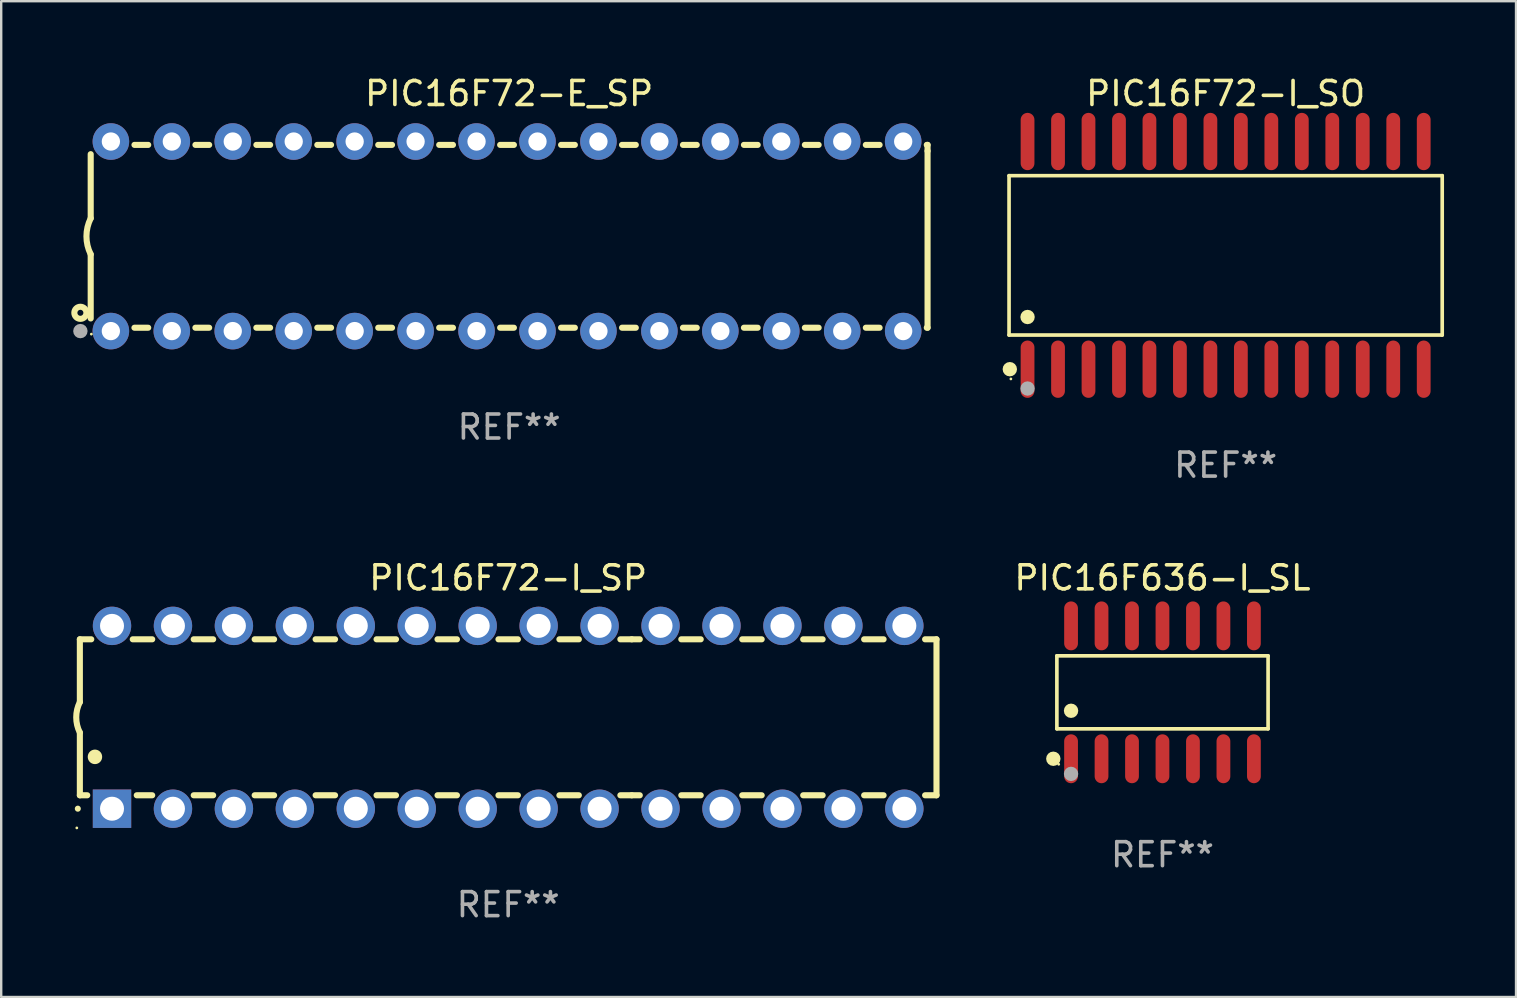
<source format=kicad_pcb>
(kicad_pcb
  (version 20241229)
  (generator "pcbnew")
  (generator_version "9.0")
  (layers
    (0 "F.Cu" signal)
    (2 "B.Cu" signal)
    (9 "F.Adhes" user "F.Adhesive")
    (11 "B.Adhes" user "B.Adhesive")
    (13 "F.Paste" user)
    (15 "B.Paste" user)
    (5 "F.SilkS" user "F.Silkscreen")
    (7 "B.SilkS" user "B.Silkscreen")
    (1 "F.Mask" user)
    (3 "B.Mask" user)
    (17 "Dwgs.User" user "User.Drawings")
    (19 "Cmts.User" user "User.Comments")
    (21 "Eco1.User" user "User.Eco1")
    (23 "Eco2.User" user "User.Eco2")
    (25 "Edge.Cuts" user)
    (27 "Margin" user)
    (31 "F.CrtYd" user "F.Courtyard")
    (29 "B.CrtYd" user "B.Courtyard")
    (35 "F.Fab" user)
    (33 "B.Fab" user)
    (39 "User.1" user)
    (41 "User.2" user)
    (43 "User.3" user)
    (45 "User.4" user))
  (footprint "PIC16F636-I_SL"
    (layer "F.Cu")
    (at 45.396 25.802)
    (property "Reference" "PIC16F636-I_SL" (at 0 -4.769 0) (layer "F.SilkS") (effects (font (size 1 1) (thickness 0.15))))
    (attr through_hole)
    (fp_line (start -4.401 -1.521) (end 4.401 -1.521) (stroke (width 0.152) (type solid)) (layer "F.SilkS"))
    (fp_line (start -4.401 1.521) (end -4.401 -1.521) (stroke (width 0.152) (type solid)) (layer "F.SilkS"))
    (fp_line (start 4.401 -1.521) (end 4.401 1.521) (stroke (width 0.152) (type solid)) (layer "F.SilkS"))
    (fp_line (start 4.401 1.521) (end -4.401 1.521) (stroke (width 0.152) (type solid)) (layer "F.SilkS"))
    (fp_circle (center -4.549 2.769) (end -4.399 2.769) (stroke (width 0.3) (type solid)) (fill no) (layer "F.SilkS"))
    (fp_circle (center -4.325 3) (end -4.295 3) (stroke (width 0.06) (type solid)) (fill no) (layer "F.SilkS"))
    (fp_circle (center -3.81 0.769) (end -3.66 0.769) (stroke (width 0.3) (type solid)) (fill no) (layer "F.SilkS"))
    (fp_circle (center -3.81 3.4) (end -3.66 3.4) (stroke (width 0.3) (type solid)) (fill no) (layer "F.Fab"))
    (fp_text user "REF**" (at 0 6.769 0) (layer "F.Fab") (effects (font (size 1 1) (thickness 0.15))))
    (pad "1" smd oval (at -3.81 2.769) (size 0.574 2.038) (layers "F.Cu" "F.Mask" "F.Paste"))
    (pad "2" smd oval (at -2.54 2.769) (size 0.574 2.038) (layers "F.Cu" "F.Mask" "F.Paste"))
    (pad "3" smd oval (at -1.27 2.769) (size 0.574 2.038) (layers "F.Cu" "F.Mask" "F.Paste"))
    (pad "4" smd oval (at 0 2.769) (size 0.574 2.038) (layers "F.Cu" "F.Mask" "F.Paste"))
    (pad "5" smd oval (at 1.27 2.769) (size 0.574 2.038) (layers "F.Cu" "F.Mask" "F.Paste"))
    (pad "6" smd oval (at 2.54 2.769) (size 0.574 2.038) (layers "F.Cu" "F.Mask" "F.Paste"))
    (pad "7" smd oval (at 3.81 2.769) (size 0.574 2.038) (layers "F.Cu" "F.Mask" "F.Paste"))
    (pad "8" smd oval (at 3.81 -2.769) (size 0.574 2.038) (layers "F.Cu" "F.Mask" "F.Paste"))
    (pad "9" smd oval (at 2.54 -2.769) (size 0.574 2.038) (layers "F.Cu" "F.Mask" "F.Paste"))
    (pad "10" smd oval (at 1.27 -2.769) (size 0.574 2.038) (layers "F.Cu" "F.Mask" "F.Paste"))
    (pad "11" smd oval (at 0 -2.769) (size 0.574 2.038) (layers "F.Cu" "F.Mask" "F.Paste"))
    (pad "12" smd oval (at -1.27 -2.769) (size 0.574 2.038) (layers "F.Cu" "F.Mask" "F.Paste"))
    (pad "13" smd oval (at -2.54 -2.769) (size 0.574 2.038) (layers "F.Cu" "F.Mask" "F.Paste"))
    (pad "14" smd oval (at -3.81 -2.769) (size 0.574 2.038) (layers "F.Cu" "F.Mask" "F.Paste")))
  (footprint "PIC16F72-I_SP"
    (layer "F.Cu")
    (at 18.128 26.843)
    (property "Reference" "PIC16F72-I_SP" (at 0 -5.81 0) (layer "F.SilkS") (effects (font (size 1 1) (thickness 0.15))))
    (attr through_hole)
    (fp_line (start -17.85 -3.25) (end -17.85 -0.635) (stroke (width 0.254) (type solid)) (layer "F.SilkS"))
    (fp_line (start -17.85 3.25) (end -17.85 0.635) (stroke (width 0.254) (type solid)) (layer "F.SilkS"))
    (fp_line (start -17.85 3.25) (end -17.541 3.25) (stroke (width 0.254) (type solid)) (layer "F.SilkS"))
    (fp_line (start -17.375 -3.25) (end -17.85 -3.25) (stroke (width 0.254) (type solid)) (layer "F.SilkS"))
    (fp_line (start -15.479 3.25) (end -14.835 3.25) (stroke (width 0.254) (type solid)) (layer "F.SilkS"))
    (fp_line (start -14.835 -3.25) (end -15.645 -3.25) (stroke (width 0.254) (type solid)) (layer "F.SilkS"))
    (fp_line (start -13.105 3.25) (end -12.295 3.25) (stroke (width 0.254) (type solid)) (layer "F.SilkS"))
    (fp_line (start -12.295 -3.25) (end -13.105 -3.25) (stroke (width 0.254) (type solid)) (layer "F.SilkS"))
    (fp_line (start -10.565 3.25) (end -9.755 3.25) (stroke (width 0.254) (type solid)) (layer "F.SilkS"))
    (fp_line (start -9.755 -3.25) (end -10.565 -3.25) (stroke (width 0.254) (type solid)) (layer "F.SilkS"))
    (fp_line (start -8.025 3.25) (end -7.215 3.25) (stroke (width 0.254) (type solid)) (layer "F.SilkS"))
    (fp_line (start -7.215 -3.25) (end -8.025 -3.25) (stroke (width 0.254) (type solid)) (layer "F.SilkS"))
    (fp_line (start -5.485 3.25) (end -4.675 3.25) (stroke (width 0.254) (type solid)) (layer "F.SilkS"))
    (fp_line (start -4.675 -3.25) (end -5.485 -3.25) (stroke (width 0.254) (type solid)) (layer "F.SilkS"))
    (fp_line (start -2.945 3.25) (end -2.135 3.25) (stroke (width 0.254) (type solid)) (layer "F.SilkS"))
    (fp_line (start -2.135 -3.25) (end -2.945 -3.25) (stroke (width 0.254) (type solid)) (layer "F.SilkS"))
    (fp_line (start -0.405 3.25) (end 0.405 3.25) (stroke (width 0.254) (type solid)) (layer "F.SilkS"))
    (fp_line (start 0.405 -3.25) (end -0.405 -3.25) (stroke (width 0.254) (type solid)) (layer "F.SilkS"))
    (fp_line (start 2.135 3.25) (end 2.945 3.25) (stroke (width 0.254) (type solid)) (layer "F.SilkS"))
    (fp_line (start 2.945 -3.25) (end 2.135 -3.25) (stroke (width 0.254) (type solid)) (layer "F.SilkS"))
    (fp_line (start 4.675 3.25) (end 5.15 3.25) (stroke (width 0.254) (type solid)) (layer "F.SilkS"))
    (fp_line (start 5.15 -3.25) (end 4.675 -3.25) (stroke (width 0.254) (type solid)) (layer "F.SilkS"))
    (fp_line (start 5.15 -3.25) (end 5.485 -3.25) (stroke (width 0.254) (type solid)) (layer "F.SilkS"))
    (fp_line (start 5.15 3.25) (end 5.485 3.25) (stroke (width 0.254) (type solid)) (layer "F.SilkS"))
    (fp_line (start 7.215 -3.25) (end 8.025 -3.25) (stroke (width 0.254) (type solid)) (layer "F.SilkS"))
    (fp_line (start 7.215 3.25) (end 8.025 3.25) (stroke (width 0.254) (type solid)) (layer "F.SilkS"))
    (fp_line (start 9.755 -3.25) (end 10.565 -3.25) (stroke (width 0.254) (type solid)) (layer "F.SilkS"))
    (fp_line (start 9.755 3.25) (end 10.565 3.25) (stroke (width 0.254) (type solid)) (layer "F.SilkS"))
    (fp_line (start 12.295 -3.25) (end 13.105 -3.25) (stroke (width 0.254) (type solid)) (layer "F.SilkS"))
    (fp_line (start 12.295 3.25) (end 13.105 3.25) (stroke (width 0.254) (type solid)) (layer "F.SilkS"))
    (fp_line (start 14.835 -3.25) (end 15.645 -3.25) (stroke (width 0.254) (type solid)) (layer "F.SilkS"))
    (fp_line (start 14.835 3.25) (end 15.645 3.25) (stroke (width 0.254) (type solid)) (layer "F.SilkS"))
    (fp_line (start 17.375 -3.25) (end 17.85 -3.25) (stroke (width 0.254) (type solid)) (layer "F.SilkS"))
    (fp_line (start 17.375 3.25) (end 17.85 3.25) (stroke (width 0.254) (type solid)) (layer "F.SilkS"))
    (fp_line (start 17.85 -3.25) (end 17.85 3.25) (stroke (width 0.254) (type solid)) (layer "F.SilkS"))
    (fp_arc (start -17.934976 3.810008) (mid -17.934983 3.808738) (end -17.934976 3.807468) (stroke (width 0.25) (type solid)) (layer "F.SilkS"))
    (fp_arc (start -17.851155 0.635002) (mid -18.000677 -0.000132) (end -17.850038 -0.635001) (stroke (width 0.254001) (type solid)) (layer "F.SilkS"))
    (fp_arc (start -17.221234 1.651003) (mid -17.221245 1.648463) (end -17.221234 1.645923) (stroke (width 0.6) (type solid)) (layer "F.SilkS"))
    (fp_circle (center -17.977 4.61) (end -17.947 4.61) (stroke (width 0.06) (type solid)) (fill no) (layer "F.SilkS"))
    (fp_text user "REF**" (at 0 7.81 0) (layer "F.Fab") (effects (font (size 1 1) (thickness 0.15))))
    (pad "1" thru_hole rect (at -16.51 3.81 90) (size 1.6 1.6) (drill 1) (layers "*.Cu" "*.Mask"))
    (pad "2" thru_hole circle (at -13.97 3.81 90) (size 1.6 1.6) (drill 1) (layers "*.Cu" "*.Mask"))
    (pad "3" thru_hole circle (at -11.43 3.81 90) (size 1.6 1.6) (drill 1) (layers "*.Cu" "*.Mask"))
    (pad "4" thru_hole circle (at -8.89 3.81 90) (size 1.6 1.6) (drill 1) (layers "*.Cu" "*.Mask"))
    (pad "5" thru_hole circle (at -6.35 3.81 90) (size 1.6 1.6) (drill 1) (layers "*.Cu" "*.Mask"))
    (pad "6" thru_hole circle (at -3.81 3.81 90) (size 1.6 1.6) (drill 1) (layers "*.Cu" "*.Mask"))
    (pad "7" thru_hole circle (at -1.27 3.81 90) (size 1.6 1.6) (drill 1) (layers "*.Cu" "*.Mask"))
    (pad "8" thru_hole circle (at 1.27 3.81 90) (size 1.6 1.6) (drill 1) (layers "*.Cu" "*.Mask"))
    (pad "9" thru_hole circle (at 3.81 3.81 90) (size 1.6 1.6) (drill 1) (layers "*.Cu" "*.Mask"))
    (pad "10" thru_hole circle (at 6.35 3.81 90) (size 1.6 1.6) (drill 1) (layers "*.Cu" "*.Mask"))
    (pad "11" thru_hole circle (at 8.89 3.81 90) (size 1.6 1.6) (drill 1) (layers "*.Cu" "*.Mask"))
    (pad "12" thru_hole circle (at 11.43 3.81 90) (size 1.6 1.6) (drill 1) (layers "*.Cu" "*.Mask"))
    (pad "13" thru_hole circle (at 13.97 3.81 90) (size 1.6 1.6) (drill 1) (layers "*.Cu" "*.Mask"))
    (pad "14" thru_hole circle (at 16.51 3.81 90) (size 1.6 1.6) (drill 1) (layers "*.Cu" "*.Mask"))
    (pad "15" thru_hole circle (at 16.51 -3.81 90) (size 1.6 1.6) (drill 1) (layers "*.Cu" "*.Mask"))
    (pad "16" thru_hole circle (at 13.97 -3.81 90) (size 1.6 1.6) (drill 1) (layers "*.Cu" "*.Mask"))
    (pad "17" thru_hole circle (at 11.43 -3.81 90) (size 1.6 1.6) (drill 1) (layers "*.Cu" "*.Mask"))
    (pad "18" thru_hole circle (at 8.89 -3.81 90) (size 1.6 1.6) (drill 1) (layers "*.Cu" "*.Mask"))
    (pad "19" thru_hole circle (at 6.35 -3.81 90) (size 1.6 1.6) (drill 1) (layers "*.Cu" "*.Mask"))
    (pad "20" thru_hole circle (at 3.81 -3.81 90) (size 1.6 1.6) (drill 1) (layers "*.Cu" "*.Mask"))
    (pad "21" thru_hole circle (at 1.27 -3.81 90) (size 1.6 1.6) (drill 1) (layers "*.Cu" "*.Mask"))
    (pad "22" thru_hole circle (at -1.27 -3.81 90) (size 1.6 1.6) (drill 1) (layers "*.Cu" "*.Mask"))
    (pad "23" thru_hole circle (at -3.81 -3.81 90) (size 1.6 1.6) (drill 1) (layers "*.Cu" "*.Mask"))
    (pad "24" thru_hole circle (at -6.35 -3.81 90) (size 1.6 1.6) (drill 1) (layers "*.Cu" "*.Mask"))
    (pad "25" thru_hole circle (at -8.89 -3.81 90) (size 1.6 1.6) (drill 1) (layers "*.Cu" "*.Mask"))
    (pad "26" thru_hole circle (at -11.43 -3.81 90) (size 1.6 1.6) (drill 1) (layers "*.Cu" "*.Mask"))
    (pad "27" thru_hole circle (at -13.97 -3.81 90) (size 1.6 1.6) (drill 1) (layers "*.Cu" "*.Mask"))
    (pad "28" thru_hole circle (at -16.51 -3.81 90) (size 1.6 1.6) (drill 1) (layers "*.Cu" "*.Mask")))
  (footprint "PIC16F72-I_SO"
    (layer "F.Cu")
    (at 48.028 7.592)
    (property "Reference" "PIC16F72-I_SO" (at 0 -6.744 0) (layer "F.SilkS") (effects (font (size 1 1) (thickness 0.15))))
    (attr through_hole)
    (fp_line (start -9.026 -3.321) (end 9.026 -3.321) (stroke (width 0.152) (type solid)) (layer "F.SilkS"))
    (fp_line (start -9.026 3.321) (end -9.026 -3.321) (stroke (width 0.152) (type solid)) (layer "F.SilkS"))
    (fp_line (start 9.026 -3.321) (end 9.026 3.321) (stroke (width 0.152) (type solid)) (layer "F.SilkS"))
    (fp_line (start 9.026 3.321) (end -9.026 3.321) (stroke (width 0.152) (type solid)) (layer "F.SilkS"))
    (fp_circle (center -8.994 4.744) (end -8.844 4.744) (stroke (width 0.3) (type solid)) (fill no) (layer "F.SilkS"))
    (fp_circle (center -8.95 5.15) (end -8.92 5.15) (stroke (width 0.06) (type solid)) (fill no) (layer "F.SilkS"))
    (fp_circle (center -8.255 2.569) (end -8.105 2.569) (stroke (width 0.3) (type solid)) (fill no) (layer "F.SilkS"))
    (fp_circle (center -8.255 5.55) (end -8.105 5.55) (stroke (width 0.3) (type solid)) (fill no) (layer "F.Fab"))
    (fp_text user "REF**" (at 0 8.744 0) (layer "F.Fab") (effects (font (size 1 1) (thickness 0.15))))
    (pad "1" smd oval (at -8.255 4.744) (size 0.574 2.388) (layers "F.Cu" "F.Mask" "F.Paste"))
    (pad "2" smd oval (at -6.985 4.744) (size 0.574 2.388) (layers "F.Cu" "F.Mask" "F.Paste"))
    (pad "3" smd oval (at -5.715 4.744) (size 0.574 2.388) (layers "F.Cu" "F.Mask" "F.Paste"))
    (pad "4" smd oval (at -4.445 4.744) (size 0.574 2.388) (layers "F.Cu" "F.Mask" "F.Paste"))
    (pad "5" smd oval (at -3.175 4.744) (size 0.574 2.388) (layers "F.Cu" "F.Mask" "F.Paste"))
    (pad "6" smd oval (at -1.905 4.744) (size 0.574 2.388) (layers "F.Cu" "F.Mask" "F.Paste"))
    (pad "7" smd oval (at -0.635 4.744) (size 0.574 2.388) (layers "F.Cu" "F.Mask" "F.Paste"))
    (pad "8" smd oval (at 0.635 4.744) (size 0.574 2.388) (layers "F.Cu" "F.Mask" "F.Paste"))
    (pad "9" smd oval (at 1.905 4.744) (size 0.574 2.388) (layers "F.Cu" "F.Mask" "F.Paste"))
    (pad "10" smd oval (at 3.175 4.744) (size 0.574 2.388) (layers "F.Cu" "F.Mask" "F.Paste"))
    (pad "11" smd oval (at 4.445 4.744) (size 0.574 2.388) (layers "F.Cu" "F.Mask" "F.Paste"))
    (pad "12" smd oval (at 5.715 4.744) (size 0.574 2.388) (layers "F.Cu" "F.Mask" "F.Paste"))
    (pad "13" smd oval (at 6.985 4.744) (size 0.574 2.388) (layers "F.Cu" "F.Mask" "F.Paste"))
    (pad "14" smd oval (at 8.255 4.744) (size 0.574 2.388) (layers "F.Cu" "F.Mask" "F.Paste"))
    (pad "15" smd oval (at 8.255 -4.744) (size 0.574 2.388) (layers "F.Cu" "F.Mask" "F.Paste"))
    (pad "16" smd oval (at 6.985 -4.744) (size 0.574 2.388) (layers "F.Cu" "F.Mask" "F.Paste"))
    (pad "17" smd oval (at 5.715 -4.744) (size 0.574 2.388) (layers "F.Cu" "F.Mask" "F.Paste"))
    (pad "18" smd oval (at 4.445 -4.744) (size 0.574 2.388) (layers "F.Cu" "F.Mask" "F.Paste"))
    (pad "19" smd oval (at 3.175 -4.744) (size 0.574 2.388) (layers "F.Cu" "F.Mask" "F.Paste"))
    (pad "20" smd oval (at 1.905 -4.744) (size 0.574 2.388) (layers "F.Cu" "F.Mask" "F.Paste"))
    (pad "21" smd oval (at 0.635 -4.744) (size 0.574 2.388) (layers "F.Cu" "F.Mask" "F.Paste"))
    (pad "22" smd oval (at -0.635 -4.744) (size 0.574 2.388) (layers "F.Cu" "F.Mask" "F.Paste"))
    (pad "23" smd oval (at -1.905 -4.744) (size 0.574 2.388) (layers "F.Cu" "F.Mask" "F.Paste"))
    (pad "24" smd oval (at -3.175 -4.744) (size 0.574 2.388) (layers "F.Cu" "F.Mask" "F.Paste"))
    (pad "25" smd oval (at -4.445 -4.744) (size 0.574 2.388) (layers "F.Cu" "F.Mask" "F.Paste"))
    (pad "26" smd oval (at -5.715 -4.744) (size 0.574 2.388) (layers "F.Cu" "F.Mask" "F.Paste"))
    (pad "27" smd oval (at -6.985 -4.744) (size 0.574 2.388) (layers "F.Cu" "F.Mask" "F.Paste"))
    (pad "28" smd oval (at -8.255 -4.744) (size 0.574 2.388) (layers "F.Cu" "F.Mask" "F.Paste")))
  (footprint "PIC16F72-E_SP"
    (layer "F.Cu")
    (at 18.168 6.798)
    (property "Reference" "PIC16F72-E_SP" (at 0 -5.95 0) (layer "F.SilkS") (effects (font (size 1 1) (thickness 0.15))))
    (attr through_hole)
    (fp_line (start -17.438 0.75) (end -17.438 3.423) (stroke (width 0.254) (type solid)) (layer "F.SilkS"))
    (fp_line (start -17.438 -3.423) (end -17.438 -0.75) (stroke (width 0.254) (type solid)) (layer "F.SilkS"))
    (fp_line (start -15.615 3.81) (end -15.041 3.81) (stroke (width 0.254) (type solid)) (layer "F.SilkS"))
    (fp_line (start -15.041 -3.81) (end -15.614 -3.81) (stroke (width 0.254) (type solid)) (layer "F.SilkS"))
    (fp_line (start -13.075 3.81) (end -12.501 3.81) (stroke (width 0.254) (type solid)) (layer "F.SilkS"))
    (fp_line (start -12.501 -3.81) (end -13.074 -3.81) (stroke (width 0.254) (type solid)) (layer "F.SilkS"))
    (fp_line (start -10.535 3.81) (end -9.961 3.81) (stroke (width 0.254) (type solid)) (layer "F.SilkS"))
    (fp_line (start -9.961 -3.81) (end -10.534 -3.81) (stroke (width 0.254) (type solid)) (layer "F.SilkS"))
    (fp_line (start -7.995 3.81) (end -7.421 3.81) (stroke (width 0.254) (type solid)) (layer "F.SilkS"))
    (fp_line (start -7.421 -3.81) (end -7.995 -3.81) (stroke (width 0.254) (type solid)) (layer "F.SilkS"))
    (fp_line (start -5.455 3.81) (end -4.881 3.81) (stroke (width 0.254) (type solid)) (layer "F.SilkS"))
    (fp_line (start -4.881 -3.81) (end -5.455 -3.81) (stroke (width 0.254) (type solid)) (layer "F.SilkS"))
    (fp_line (start -2.915 3.81) (end -2.341 3.81) (stroke (width 0.254) (type solid)) (layer "F.SilkS"))
    (fp_line (start -2.341 -3.81) (end -2.915 -3.81) (stroke (width 0.254) (type solid)) (layer "F.SilkS"))
    (fp_line (start -0.375 3.81) (end 0.199 3.81) (stroke (width 0.254) (type solid)) (layer "F.SilkS"))
    (fp_line (start 0.199 -3.81) (end -0.375 -3.81) (stroke (width 0.254) (type solid)) (layer "F.SilkS"))
    (fp_line (start 2.165 3.81) (end 2.739 3.81) (stroke (width 0.254) (type solid)) (layer "F.SilkS"))
    (fp_line (start 2.739 -3.81) (end 2.165 -3.81) (stroke (width 0.254) (type solid)) (layer "F.SilkS"))
    (fp_line (start 4.705 3.81) (end 5.279 3.81) (stroke (width 0.254) (type solid)) (layer "F.SilkS"))
    (fp_line (start 5.279 -3.81) (end 4.705 -3.81) (stroke (width 0.254) (type solid)) (layer "F.SilkS"))
    (fp_line (start 7.245 3.81) (end 7.819 3.81) (stroke (width 0.254) (type solid)) (layer "F.SilkS"))
    (fp_line (start 7.819 -3.81) (end 7.245 -3.81) (stroke (width 0.254) (type solid)) (layer "F.SilkS"))
    (fp_line (start 9.785 3.81) (end 10.359 3.81) (stroke (width 0.254) (type solid)) (layer "F.SilkS"))
    (fp_line (start 10.359 -3.81) (end 9.785 -3.81) (stroke (width 0.254) (type solid)) (layer "F.SilkS"))
    (fp_line (start 12.325 3.81) (end 12.899 3.81) (stroke (width 0.254) (type solid)) (layer "F.SilkS"))
    (fp_line (start 12.899 -3.81) (end 12.325 -3.81) (stroke (width 0.254) (type solid)) (layer "F.SilkS"))
    (fp_line (start 14.865 3.81) (end 15.439 3.81) (stroke (width 0.254) (type solid)) (layer "F.SilkS"))
    (fp_line (start 15.439 -3.81) (end 14.865 -3.81) (stroke (width 0.254) (type solid)) (layer "F.SilkS"))
    (fp_line (start 17.405 3.81) (end 17.438 3.81) (stroke (width 0.254) (type solid)) (layer "F.SilkS"))
    (fp_line (start 17.438 -3.81) (end 17.405 -3.81) (stroke (width 0.254) (type solid)) (layer "F.SilkS"))
    (fp_line (start 17.438 -3.556) (end 17.438 -3.81) (stroke (width 0.254) (type solid)) (layer "F.SilkS"))
    (fp_line (start 17.438 3.81) (end 17.438 -3.556) (stroke (width 0.254) (type solid)) (layer "F.SilkS"))
    (fp_arc (start -17.437986 0.749657) (mid -17.614887 -0.000024) (end -17.437783 -0.749657) (stroke (width 0.254001) (type solid)) (layer "F.SilkS"))
    (fp_circle (center -17.868 3.188) (end -17.743 3.188) (stroke (width 0.254) (type solid)) (fill no) (layer "F.SilkS"))
    (fp_circle (center -17.411 4.077) (end -17.381 4.077) (stroke (width 0.06) (type solid)) (fill no) (layer "F.SilkS"))
    (fp_circle (center -17.868 3.95) (end -17.718 3.95) (stroke (width 0.3) (type solid)) (fill no) (layer "F.Fab"))
    (fp_text user "REF**" (at 0 7.95 0) (layer "F.Fab") (effects (font (size 1 1) (thickness 0.15))))
    (pad "1" thru_hole circle (at -16.598 3.95) (size 1.524 1.524) (drill 0.762) (layers "*.Cu" "*.Mask"))
    (pad "2" thru_hole circle (at -14.058 3.95) (size 1.524 1.524) (drill 0.762) (layers "*.Cu" "*.Mask"))
    (pad "3" thru_hole circle (at -11.518 3.95) (size 1.524 1.524) (drill 0.762) (layers "*.Cu" "*.Mask"))
    (pad "4" thru_hole circle (at -8.978 3.95) (size 1.524 1.524) (drill 0.762) (layers "*.Cu" "*.Mask"))
    (pad "5" thru_hole circle (at -6.438 3.95) (size 1.524 1.524) (drill 0.762) (layers "*.Cu" "*.Mask"))
    (pad "6" thru_hole circle (at -3.898 3.95) (size 1.524 1.524) (drill 0.762) (layers "*.Cu" "*.Mask"))
    (pad "7" thru_hole circle (at -1.358 3.95) (size 1.524 1.524) (drill 0.762) (layers "*.Cu" "*.Mask"))
    (pad "8" thru_hole circle (at 1.182 3.95) (size 1.524 1.524) (drill 0.762) (layers "*.Cu" "*.Mask"))
    (pad "9" thru_hole circle (at 3.722 3.95) (size 1.524 1.524) (drill 0.762) (layers "*.Cu" "*.Mask"))
    (pad "10" thru_hole circle (at 6.262 3.95) (size 1.524 1.524) (drill 0.762) (layers "*.Cu" "*.Mask"))
    (pad "11" thru_hole circle (at 8.802 3.95) (size 1.524 1.524) (drill 0.762) (layers "*.Cu" "*.Mask"))
    (pad "12" thru_hole circle (at 11.342 3.95) (size 1.524 1.524) (drill 0.762) (layers "*.Cu" "*.Mask"))
    (pad "13" thru_hole circle (at 13.882 3.95) (size 1.524 1.524) (drill 0.762) (layers "*.Cu" "*.Mask"))
    (pad "14" thru_hole circle (at 16.422 3.95) (size 1.524 1.524) (drill 0.762) (layers "*.Cu" "*.Mask"))
    (pad "15" thru_hole circle (at 16.422 -3.95) (size 1.524 1.524) (drill 0.762) (layers "*.Cu" "*.Mask"))
    (pad "16" thru_hole circle (at 13.882 -3.95) (size 1.524 1.524) (drill 0.762) (layers "*.Cu" "*.Mask"))
    (pad "17" thru_hole circle (at 11.342 -3.95) (size 1.524 1.524) (drill 0.762) (layers "*.Cu" "*.Mask"))
    (pad "18" thru_hole circle (at 8.802 -3.95) (size 1.524 1.524) (drill 0.762) (layers "*.Cu" "*.Mask"))
    (pad "19" thru_hole circle (at 6.262 -3.95) (size 1.524 1.524) (drill 0.762) (layers "*.Cu" "*.Mask"))
    (pad "20" thru_hole circle (at 3.722 -3.95) (size 1.524 1.524) (drill 0.762) (layers "*.Cu" "*.Mask"))
    (pad "21" thru_hole circle (at 1.182 -3.95) (size 1.524 1.524) (drill 0.762) (layers "*.Cu" "*.Mask"))
    (pad "22" thru_hole circle (at -1.358 -3.95) (size 1.524 1.524) (drill 0.762) (layers "*.Cu" "*.Mask"))
    (pad "23" thru_hole circle (at -3.898 -3.95) (size 1.524 1.524) (drill 0.762) (layers "*.Cu" "*.Mask"))
    (pad "24" thru_hole circle (at -6.438 -3.95) (size 1.524 1.524) (drill 0.762) (layers "*.Cu" "*.Mask"))
    (pad "25" thru_hole circle (at -8.978 -3.95) (size 1.524 1.524) (drill 0.762) (layers "*.Cu" "*.Mask"))
    (pad "26" thru_hole circle (at -11.517 -3.95) (size 1.524 1.524) (drill 0.762) (layers "*.Cu" "*.Mask"))
    (pad "27" thru_hole circle (at -14.057 -3.95) (size 1.524 1.524) (drill 0.762) (layers "*.Cu" "*.Mask"))
    (pad "28" thru_hole circle (at -16.597 -3.95) (size 1.524 1.524) (drill 0.762) (layers "*.Cu" "*.Mask")))
  (gr_rect
    (start -3 -3)
    (end 60.13 38.501)
    (stroke (width 0.1) (type default))
    (fill no)
    (layer "Edge.Cuts")))
</source>
